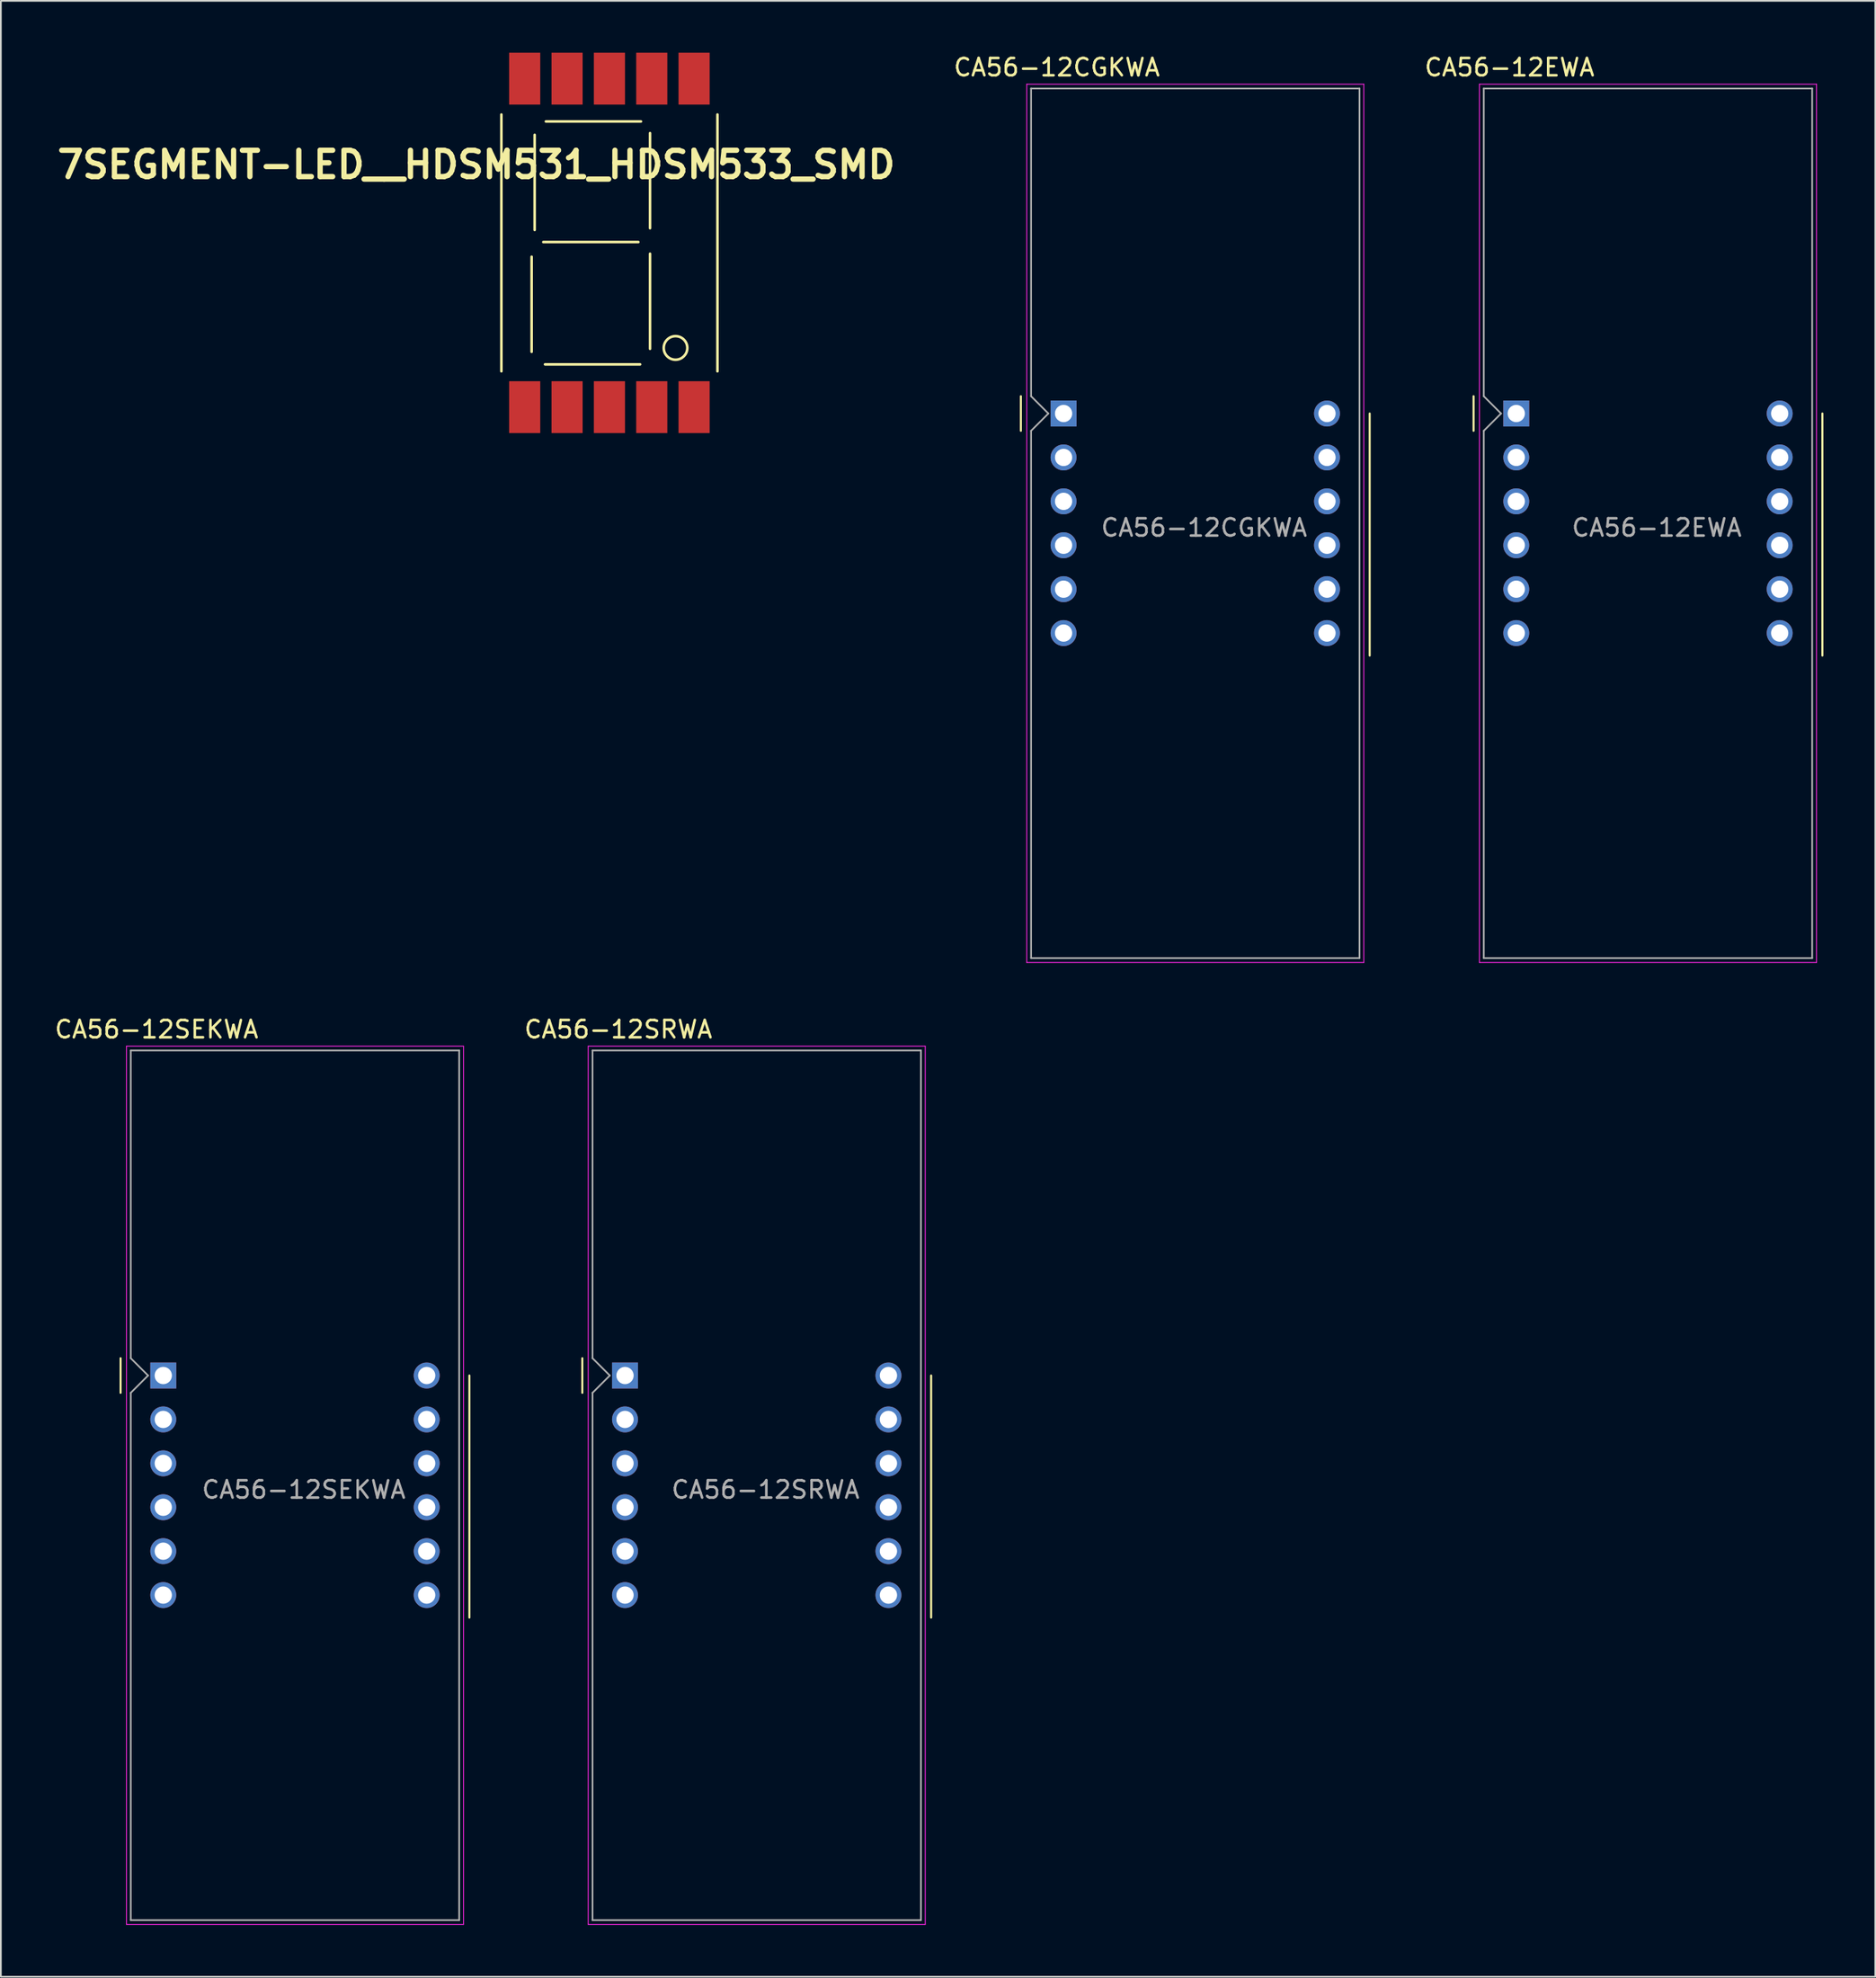
<source format=kicad_pcb>
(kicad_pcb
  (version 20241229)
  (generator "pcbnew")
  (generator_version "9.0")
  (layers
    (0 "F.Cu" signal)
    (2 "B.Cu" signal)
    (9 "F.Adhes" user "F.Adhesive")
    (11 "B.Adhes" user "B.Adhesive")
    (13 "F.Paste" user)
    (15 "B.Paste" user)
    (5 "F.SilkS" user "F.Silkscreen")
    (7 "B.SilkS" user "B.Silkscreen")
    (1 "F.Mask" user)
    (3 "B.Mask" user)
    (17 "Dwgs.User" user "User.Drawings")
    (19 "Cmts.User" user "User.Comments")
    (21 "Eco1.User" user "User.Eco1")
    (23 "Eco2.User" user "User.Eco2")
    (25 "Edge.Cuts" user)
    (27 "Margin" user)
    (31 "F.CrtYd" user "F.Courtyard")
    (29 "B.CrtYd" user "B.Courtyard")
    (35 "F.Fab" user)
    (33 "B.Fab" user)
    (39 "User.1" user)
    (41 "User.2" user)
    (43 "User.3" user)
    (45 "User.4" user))
  (footprint "CA56-12CGKWA"
    (layer "F.Cu")
    (at 58.482 20.868)
    (property "Reference" "CA56-12CGKWA" (at -0.39 -20.02 0) (layer "F.SilkS") (effects (font (size 1 1) (thickness 0.15))))
    (attr through_hole)
    (fp_line (start -2.47 -1) (end -2.47 1) (stroke (width 0.12) (type solid)) (layer "F.SilkS"))
    (fp_line (start 17.71 0) (end 17.71 14) (stroke (width 0.12) (type solid)) (layer "F.SilkS"))
    (fp_line (start -2.13 -19.05) (end 17.37 -19.05) (stroke (width 0.05) (type solid)) (layer "F.CrtYd"))
    (fp_line (start -2.13 31.75) (end -2.13 -19.05) (stroke (width 0.05) (type solid)) (layer "F.CrtYd"))
    (fp_line (start 17.37 -19.05) (end 17.37 31.75) (stroke (width 0.05) (type solid)) (layer "F.CrtYd"))
    (fp_line (start 17.37 31.75) (end -2.13 31.75) (stroke (width 0.05) (type solid)) (layer "F.CrtYd"))
    (fp_line (start -1.88 -18.8) (end 17.12 -18.8) (stroke (width 0.1) (type solid)) (layer "F.Fab"))
    (fp_line (start -1.88 -1) (end -1.88 -18.8) (stroke (width 0.1) (type solid)) (layer "F.Fab"))
    (fp_line (start -1.88 1) (end -1.88 31.5) (stroke (width 0.1) (type solid)) (layer "F.Fab"))
    (fp_line (start -1.88 1) (end -0.88 0) (stroke (width 0.1) (type solid)) (layer "F.Fab"))
    (fp_line (start -1.88 31.5) (end 17.12 31.5) (stroke (width 0.1) (type solid)) (layer "F.Fab"))
    (fp_line (start -0.88 0) (end -1.88 -1) (stroke (width 0.1) (type solid)) (layer "F.Fab"))
    (fp_line (start 17.12 -18.8) (end 17.12 31.5) (stroke (width 0.1) (type solid)) (layer "F.Fab"))
    (fp_text user "${REFERENCE}" (at 8.128 6.604 0) (layer "F.Fab") (effects (font (size 1 1) (thickness 0.15))))
    (pad "1" thru_hole rect (at 0 0) (size 1.5 1.5) (drill 1) (layers "*.Cu" "*.Mask"))
    (pad "2" thru_hole circle (at 0 2.54) (size 1.5 1.5) (drill 1) (layers "*.Cu" "*.Mask"))
    (pad "3" thru_hole circle (at 0 5.08) (size 1.5 1.5) (drill 1) (layers "*.Cu" "*.Mask"))
    (pad "4" thru_hole circle (at 0 7.62) (size 1.5 1.5) (drill 1) (layers "*.Cu" "*.Mask"))
    (pad "5" thru_hole circle (at 0 10.16) (size 1.5 1.5) (drill 1) (layers "*.Cu" "*.Mask"))
    (pad "6" thru_hole circle (at 0 12.7) (size 1.5 1.5) (drill 1) (layers "*.Cu" "*.Mask"))
    (pad "7" thru_hole circle (at 15.24 12.7) (size 1.5 1.5) (drill 1) (layers "*.Cu" "*.Mask"))
    (pad "8" thru_hole circle (at 15.24 10.16) (size 1.5 1.5) (drill 1) (layers "*.Cu" "*.Mask"))
    (pad "9" thru_hole circle (at 15.24 7.62) (size 1.5 1.5) (drill 1) (layers "*.Cu" "*.Mask"))
    (pad "10" thru_hole circle (at 15.24 5.08) (size 1.5 1.5) (drill 1) (layers "*.Cu" "*.Mask"))
    (pad "11" thru_hole circle (at 15.24 2.54) (size 1.5 1.5) (drill 1) (layers "*.Cu" "*.Mask"))
    (pad "12" thru_hole circle (at 15.24 0) (size 1.5 1.5) (drill 1) (layers "*.Cu" "*.Mask")))
  (footprint "CA56-12EWA"
    (layer "F.Cu")
    (at 84.672 20.868)
    (property "Reference" "CA56-12EWA" (at -0.39 -20.02 0) (layer "F.SilkS") (effects (font (size 1 1) (thickness 0.15))))
    (attr through_hole)
    (fp_line (start -2.47 -1) (end -2.47 1) (stroke (width 0.12) (type solid)) (layer "F.SilkS"))
    (fp_line (start 17.71 0) (end 17.71 14) (stroke (width 0.12) (type solid)) (layer "F.SilkS"))
    (fp_line (start -2.13 -19.05) (end 17.37 -19.05) (stroke (width 0.05) (type solid)) (layer "F.CrtYd"))
    (fp_line (start -2.13 31.75) (end -2.13 -19.05) (stroke (width 0.05) (type solid)) (layer "F.CrtYd"))
    (fp_line (start 17.37 -19.05) (end 17.37 31.75) (stroke (width 0.05) (type solid)) (layer "F.CrtYd"))
    (fp_line (start 17.37 31.75) (end -2.13 31.75) (stroke (width 0.05) (type solid)) (layer "F.CrtYd"))
    (fp_line (start -1.88 -18.8) (end 17.12 -18.8) (stroke (width 0.1) (type solid)) (layer "F.Fab"))
    (fp_line (start -1.88 -1) (end -1.88 -18.8) (stroke (width 0.1) (type solid)) (layer "F.Fab"))
    (fp_line (start -1.88 1) (end -1.88 31.5) (stroke (width 0.1) (type solid)) (layer "F.Fab"))
    (fp_line (start -1.88 1) (end -0.88 0) (stroke (width 0.1) (type solid)) (layer "F.Fab"))
    (fp_line (start -1.88 31.5) (end 17.12 31.5) (stroke (width 0.1) (type solid)) (layer "F.Fab"))
    (fp_line (start -0.88 0) (end -1.88 -1) (stroke (width 0.1) (type solid)) (layer "F.Fab"))
    (fp_line (start 17.12 -18.8) (end 17.12 31.5) (stroke (width 0.1) (type solid)) (layer "F.Fab"))
    (fp_text user "${REFERENCE}" (at 8.128 6.604 0) (layer "F.Fab") (effects (font (size 1 1) (thickness 0.15))))
    (pad "1" thru_hole rect (at 0 0) (size 1.5 1.5) (drill 1) (layers "*.Cu" "*.Mask"))
    (pad "2" thru_hole circle (at 0 2.54) (size 1.5 1.5) (drill 1) (layers "*.Cu" "*.Mask"))
    (pad "3" thru_hole circle (at 0 5.08) (size 1.5 1.5) (drill 1) (layers "*.Cu" "*.Mask"))
    (pad "4" thru_hole circle (at 0 7.62) (size 1.5 1.5) (drill 1) (layers "*.Cu" "*.Mask"))
    (pad "5" thru_hole circle (at 0 10.16) (size 1.5 1.5) (drill 1) (layers "*.Cu" "*.Mask"))
    (pad "6" thru_hole circle (at 0 12.7) (size 1.5 1.5) (drill 1) (layers "*.Cu" "*.Mask"))
    (pad "7" thru_hole circle (at 15.24 12.7) (size 1.5 1.5) (drill 1) (layers "*.Cu" "*.Mask"))
    (pad "8" thru_hole circle (at 15.24 10.16) (size 1.5 1.5) (drill 1) (layers "*.Cu" "*.Mask"))
    (pad "9" thru_hole circle (at 15.24 7.62) (size 1.5 1.5) (drill 1) (layers "*.Cu" "*.Mask"))
    (pad "10" thru_hole circle (at 15.24 5.08) (size 1.5 1.5) (drill 1) (layers "*.Cu" "*.Mask"))
    (pad "11" thru_hole circle (at 15.24 2.54) (size 1.5 1.5) (drill 1) (layers "*.Cu" "*.Mask"))
    (pad "12" thru_hole circle (at 15.24 0) (size 1.5 1.5) (drill 1) (layers "*.Cu" "*.Mask")))
  (footprint "CA56-12SEKWA"
    (layer "F.Cu")
    (at 6.396 76.511)
    (property "Reference" "CA56-12SEKWA" (at -0.39 -20.02 0) (layer "F.SilkS") (effects (font (size 1 1) (thickness 0.15))))
    (attr through_hole)
    (fp_line (start -2.47 -1) (end -2.47 1) (stroke (width 0.12) (type solid)) (layer "F.SilkS"))
    (fp_line (start 17.71 0) (end 17.71 14) (stroke (width 0.12) (type solid)) (layer "F.SilkS"))
    (fp_line (start -2.13 -19.05) (end 17.37 -19.05) (stroke (width 0.05) (type solid)) (layer "F.CrtYd"))
    (fp_line (start -2.13 31.75) (end -2.13 -19.05) (stroke (width 0.05) (type solid)) (layer "F.CrtYd"))
    (fp_line (start 17.37 -19.05) (end 17.37 31.75) (stroke (width 0.05) (type solid)) (layer "F.CrtYd"))
    (fp_line (start 17.37 31.75) (end -2.13 31.75) (stroke (width 0.05) (type solid)) (layer "F.CrtYd"))
    (fp_line (start -1.88 -18.8) (end 17.12 -18.8) (stroke (width 0.1) (type solid)) (layer "F.Fab"))
    (fp_line (start -1.88 -1) (end -1.88 -18.8) (stroke (width 0.1) (type solid)) (layer "F.Fab"))
    (fp_line (start -1.88 1) (end -1.88 31.5) (stroke (width 0.1) (type solid)) (layer "F.Fab"))
    (fp_line (start -1.88 1) (end -0.88 0) (stroke (width 0.1) (type solid)) (layer "F.Fab"))
    (fp_line (start -1.88 31.5) (end 17.12 31.5) (stroke (width 0.1) (type solid)) (layer "F.Fab"))
    (fp_line (start -0.88 0) (end -1.88 -1) (stroke (width 0.1) (type solid)) (layer "F.Fab"))
    (fp_line (start 17.12 -18.8) (end 17.12 31.5) (stroke (width 0.1) (type solid)) (layer "F.Fab"))
    (fp_text user "${REFERENCE}" (at 8.128 6.604 0) (layer "F.Fab") (effects (font (size 1 1) (thickness 0.15))))
    (pad "1" thru_hole rect (at 0 0) (size 1.5 1.5) (drill 1) (layers "*.Cu" "*.Mask"))
    (pad "2" thru_hole circle (at 0 2.54) (size 1.5 1.5) (drill 1) (layers "*.Cu" "*.Mask"))
    (pad "3" thru_hole circle (at 0 5.08) (size 1.5 1.5) (drill 1) (layers "*.Cu" "*.Mask"))
    (pad "4" thru_hole circle (at 0 7.62) (size 1.5 1.5) (drill 1) (layers "*.Cu" "*.Mask"))
    (pad "5" thru_hole circle (at 0 10.16) (size 1.5 1.5) (drill 1) (layers "*.Cu" "*.Mask"))
    (pad "6" thru_hole circle (at 0 12.7) (size 1.5 1.5) (drill 1) (layers "*.Cu" "*.Mask"))
    (pad "7" thru_hole circle (at 15.24 12.7) (size 1.5 1.5) (drill 1) (layers "*.Cu" "*.Mask"))
    (pad "8" thru_hole circle (at 15.24 10.16) (size 1.5 1.5) (drill 1) (layers "*.Cu" "*.Mask"))
    (pad "9" thru_hole circle (at 15.24 7.62) (size 1.5 1.5) (drill 1) (layers "*.Cu" "*.Mask"))
    (pad "10" thru_hole circle (at 15.24 5.08) (size 1.5 1.5) (drill 1) (layers "*.Cu" "*.Mask"))
    (pad "11" thru_hole circle (at 15.24 2.54) (size 1.5 1.5) (drill 1) (layers "*.Cu" "*.Mask"))
    (pad "12" thru_hole circle (at 15.24 0) (size 1.5 1.5) (drill 1) (layers "*.Cu" "*.Mask")))
  (footprint "7SEGMENT-LED__HDSM531_HDSM533_SMD"
    (layer "F.Cu")
    (at 32.207 11)
    (property "Reference" "7SEGMENT-LED__HDSM531_HDSM533_SMD" (at -7.7 -4.525 0) (layer "F.SilkS") (effects (font (size 1.524 1.524) (thickness 0.305))))
    (attr smd)
    (fp_line (start -6.25 -7.425) (end -6.25 7.425) (stroke (width 0.15) (type solid)) (layer "F.SilkS"))
    (fp_line (start -4.5 6.3) (end -4.5 0.8) (stroke (width 0.15) (type solid)) (layer "F.SilkS"))
    (fp_line (start -4.325 -0.75) (end -4.325 -6.25) (stroke (width 0.15) (type solid)) (layer "F.SilkS"))
    (fp_line (start -3.825 -0.05) (end 1.675 -0.05) (stroke (width 0.15) (type solid)) (layer "F.SilkS"))
    (fp_line (start -3.725 7.025) (end 1.775 7.025) (stroke (width 0.15) (type solid)) (layer "F.SilkS"))
    (fp_line (start -3.675 -7.025) (end 1.825 -7.025) (stroke (width 0.15) (type solid)) (layer "F.SilkS"))
    (fp_line (start 2.35 -0.85) (end 2.35 -6.35) (stroke (width 0.15) (type solid)) (layer "F.SilkS"))
    (fp_line (start 2.35 6.125) (end 2.35 0.625) (stroke (width 0.15) (type solid)) (layer "F.SilkS"))
    (fp_line (start 6.25 7.425) (end 6.25 -7.425) (stroke (width 0.15) (type solid)) (layer "F.SilkS"))
    (fp_circle (center 3.825 6.075) (end 3.925 6.75) (stroke (width 0.15) (type solid)) (fill no) (layer "F.SilkS"))
    (pad "1" smd rect (at -4.9 9.5) (size 1.8 3) (layers "F.Cu" "F.Mask" "F.Paste"))
    (pad "2" smd rect (at -2.45 9.5) (size 1.8 3) (layers "F.Cu" "F.Mask" "F.Paste"))
    (pad "3" smd rect (at 0 9.5) (size 1.8 3) (layers "F.Cu" "F.Mask" "F.Paste"))
    (pad "4" smd rect (at 2.45 9.5) (size 1.8 3) (layers "F.Cu" "F.Mask" "F.Paste"))
    (pad "5" smd rect (at 4.9 9.5) (size 1.8 3) (layers "F.Cu" "F.Mask" "F.Paste"))
    (pad "6" smd rect (at 4.9 -9.5) (size 1.8 3) (layers "F.Cu" "F.Mask" "F.Paste"))
    (pad "7" smd rect (at 2.45 -9.5) (size 1.8 3) (layers "F.Cu" "F.Mask" "F.Paste"))
    (pad "8" smd rect (at 0 -9.5) (size 1.8 3) (layers "F.Cu" "F.Mask" "F.Paste"))
    (pad "9" smd rect (at -2.45 -9.5) (size 1.8 3) (layers "F.Cu" "F.Mask" "F.Paste"))
    (pad "10" smd rect (at -4.9 -9.5) (size 1.8 3) (layers "F.Cu" "F.Mask" "F.Paste")))
  (footprint "CA56-12SRWA"
    (layer "F.Cu")
    (at 33.11 76.511)
    (property "Reference" "CA56-12SRWA" (at -0.39 -20.02 0) (layer "F.SilkS") (effects (font (size 1 1) (thickness 0.15))))
    (attr through_hole)
    (fp_line (start -2.47 -1) (end -2.47 1) (stroke (width 0.12) (type solid)) (layer "F.SilkS"))
    (fp_line (start 17.71 0) (end 17.71 14) (stroke (width 0.12) (type solid)) (layer "F.SilkS"))
    (fp_line (start -2.13 -19.05) (end 17.37 -19.05) (stroke (width 0.05) (type solid)) (layer "F.CrtYd"))
    (fp_line (start -2.13 31.75) (end -2.13 -19.05) (stroke (width 0.05) (type solid)) (layer "F.CrtYd"))
    (fp_line (start 17.37 -19.05) (end 17.37 31.75) (stroke (width 0.05) (type solid)) (layer "F.CrtYd"))
    (fp_line (start 17.37 31.75) (end -2.13 31.75) (stroke (width 0.05) (type solid)) (layer "F.CrtYd"))
    (fp_line (start -1.88 -18.8) (end 17.12 -18.8) (stroke (width 0.1) (type solid)) (layer "F.Fab"))
    (fp_line (start -1.88 -1) (end -1.88 -18.8) (stroke (width 0.1) (type solid)) (layer "F.Fab"))
    (fp_line (start -1.88 1) (end -1.88 31.5) (stroke (width 0.1) (type solid)) (layer "F.Fab"))
    (fp_line (start -1.88 1) (end -0.88 0) (stroke (width 0.1) (type solid)) (layer "F.Fab"))
    (fp_line (start -1.88 31.5) (end 17.12 31.5) (stroke (width 0.1) (type solid)) (layer "F.Fab"))
    (fp_line (start -0.88 0) (end -1.88 -1) (stroke (width 0.1) (type solid)) (layer "F.Fab"))
    (fp_line (start 17.12 -18.8) (end 17.12 31.5) (stroke (width 0.1) (type solid)) (layer "F.Fab"))
    (fp_text user "${REFERENCE}" (at 8.128 6.604 0) (layer "F.Fab") (effects (font (size 1 1) (thickness 0.15))))
    (pad "1" thru_hole rect (at 0 0) (size 1.5 1.5) (drill 1) (layers "*.Cu" "*.Mask"))
    (pad "2" thru_hole circle (at 0 2.54) (size 1.5 1.5) (drill 1) (layers "*.Cu" "*.Mask"))
    (pad "3" thru_hole circle (at 0 5.08) (size 1.5 1.5) (drill 1) (layers "*.Cu" "*.Mask"))
    (pad "4" thru_hole circle (at 0 7.62) (size 1.5 1.5) (drill 1) (layers "*.Cu" "*.Mask"))
    (pad "5" thru_hole circle (at 0 10.16) (size 1.5 1.5) (drill 1) (layers "*.Cu" "*.Mask"))
    (pad "6" thru_hole circle (at 0 12.7) (size 1.5 1.5) (drill 1) (layers "*.Cu" "*.Mask"))
    (pad "7" thru_hole circle (at 15.24 12.7) (size 1.5 1.5) (drill 1) (layers "*.Cu" "*.Mask"))
    (pad "8" thru_hole circle (at 15.24 10.16) (size 1.5 1.5) (drill 1) (layers "*.Cu" "*.Mask"))
    (pad "9" thru_hole circle (at 15.24 7.62) (size 1.5 1.5) (drill 1) (layers "*.Cu" "*.Mask"))
    (pad "10" thru_hole circle (at 15.24 5.08) (size 1.5 1.5) (drill 1) (layers "*.Cu" "*.Mask"))
    (pad "11" thru_hole circle (at 15.24 2.54) (size 1.5 1.5) (drill 1) (layers "*.Cu" "*.Mask"))
    (pad "12" thru_hole circle (at 15.24 0) (size 1.5 1.5) (drill 1) (layers "*.Cu" "*.Mask")))
  (gr_rect
    (start -3 -3)
    (end 105.442 111.287)
    (stroke (width 0.1) (type default))
    (fill no)
    (layer "Edge.Cuts")))
</source>
